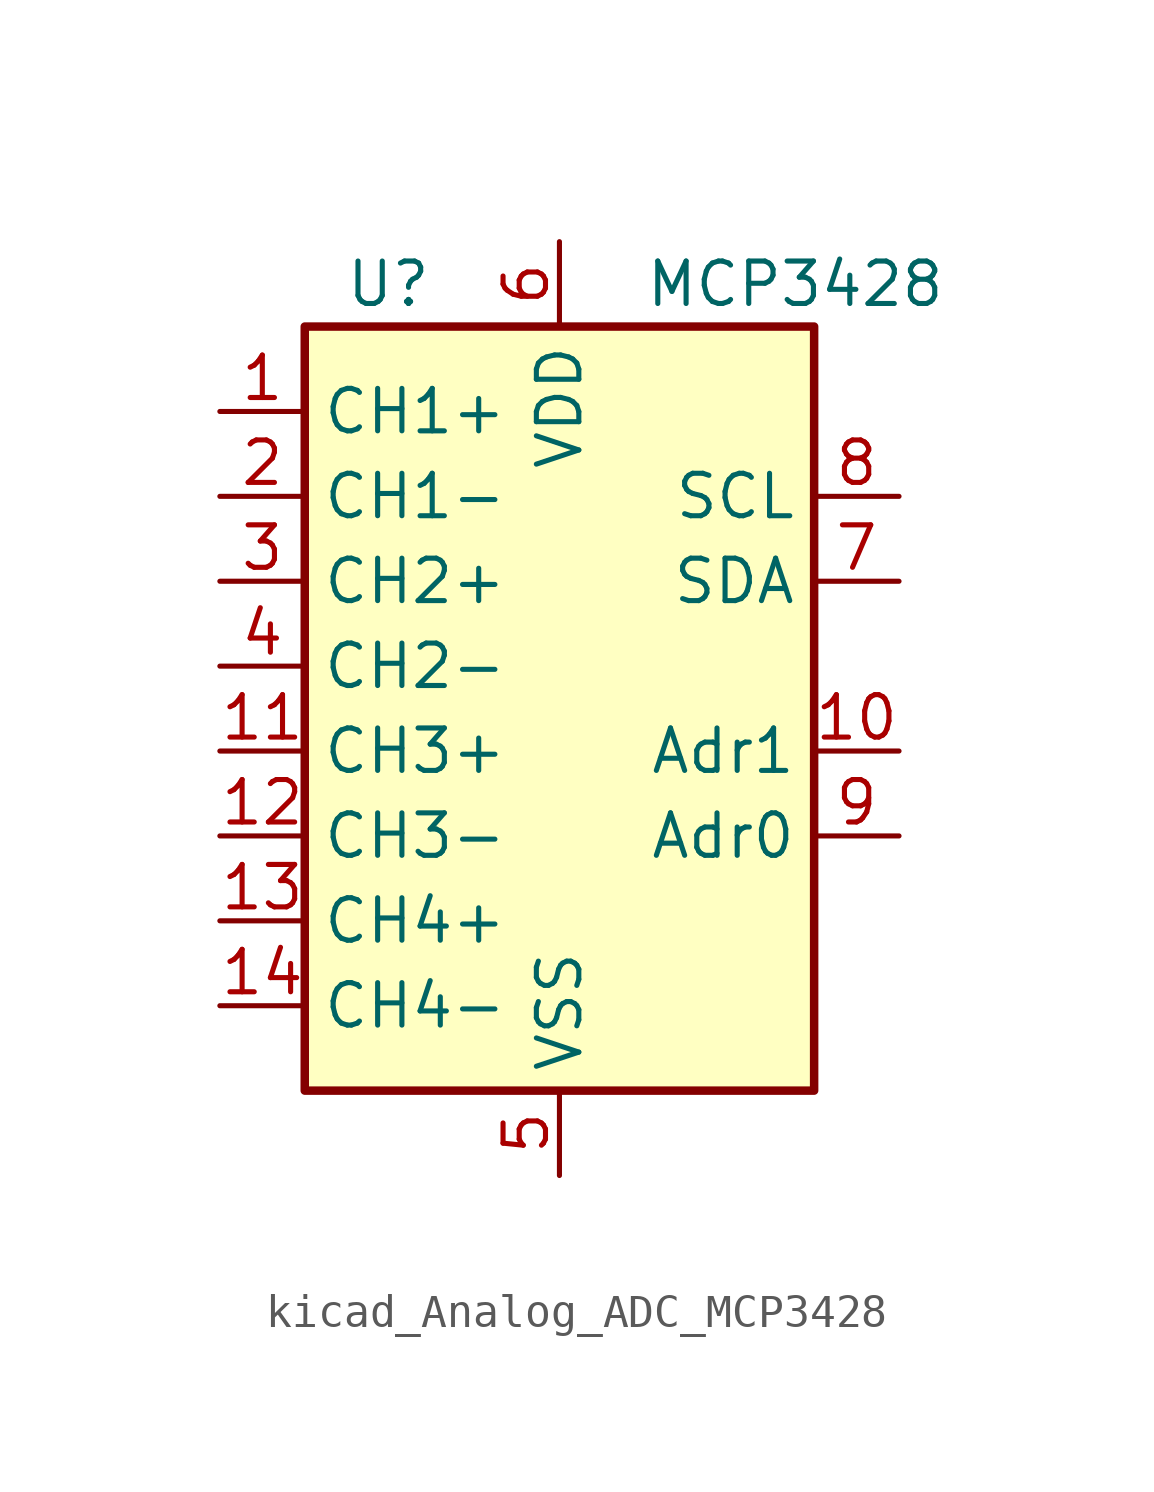
<source format=kicad_sym>
(kicad_symbol_lib
  (version 20220914)
  (generator kicad_symbol_editor)
  (symbol "kicad_Analog_ADC_MCP3428"
    (property "Reference" "U"
      (at -3.81 11.43 0)
      (effects (font (size 1.27 1.27)) (justify right)))
    (property "Value" "MCP3428"
      (at 2.54 11.43 0)
      (effects (font (size 1.27 1.27)) (justify left)))
    (symbol "kicad_Analog_ADC_MCP3428_0_1"
      (rectangle (start -7.62 10.16) (end 7.62 -12.7) (stroke (width 0.254) (type default)) (fill (type background))))
    (symbol "kicad_Analog_ADC_MCP3428_1_1"
      (pin input line (at -10.16 7.62 0) (length 2.54) (name "CH1+" (effects (font (size 1.27 1.27)))) (number "1" (effects (font (size 1.27 1.27)))))
      (pin input line (at 10.16 -2.54 180) (length 2.54) (name "Adr1" (effects (font (size 1.27 1.27)))) (number "10" (effects (font (size 1.27 1.27)))))
      (pin input line (at -10.16 -2.54 0) (length 2.54) (name "CH3+" (effects (font (size 1.27 1.27)))) (number "11" (effects (font (size 1.27 1.27)))))
      (pin input line (at -10.16 -5.08 0) (length 2.54) (name "CH3-" (effects (font (size 1.27 1.27)))) (number "12" (effects (font (size 1.27 1.27)))))
      (pin input line (at -10.16 -7.62 0) (length 2.54) (name "CH4+" (effects (font (size 1.27 1.27)))) (number "13" (effects (font (size 1.27 1.27)))))
      (pin input line (at -10.16 -10.16 0) (length 2.54) (name "CH4-" (effects (font (size 1.27 1.27)))) (number "14" (effects (font (size 1.27 1.27)))))
      (pin input line (at -10.16 5.08 0) (length 2.54) (name "CH1-" (effects (font (size 1.27 1.27)))) (number "2" (effects (font (size 1.27 1.27)))))
      (pin input line (at -10.16 2.54 0) (length 2.54) (name "CH2+" (effects (font (size 1.27 1.27)))) (number "3" (effects (font (size 1.27 1.27)))))
      (pin input line (at -10.16 0 0) (length 2.54) (name "CH2-" (effects (font (size 1.27 1.27)))) (number "4" (effects (font (size 1.27 1.27)))))
      (pin power_in line (at 0 -15.24 90) (length 2.54) (name "VSS" (effects (font (size 1.27 1.27)))) (number "5" (effects (font (size 1.27 1.27)))))
      (pin power_in line (at 0 12.7 270) (length 2.54) (name "VDD" (effects (font (size 1.27 1.27)))) (number "6" (effects (font (size 1.27 1.27)))))
      (pin bidirectional line (at 10.16 2.54 180) (length 2.54) (name "SDA" (effects (font (size 1.27 1.27)))) (number "7" (effects (font (size 1.27 1.27)))))
      (pin input line (at 10.16 5.08 180) (length 2.54) (name "SCL" (effects (font (size 1.27 1.27)))) (number "8" (effects (font (size 1.27 1.27)))))
      (pin input line (at 10.16 -5.08 180) (length 2.54) (name "Adr0" (effects (font (size 1.27 1.27)))) (number "9" (effects (font (size 1.27 1.27))))))))
</source>
